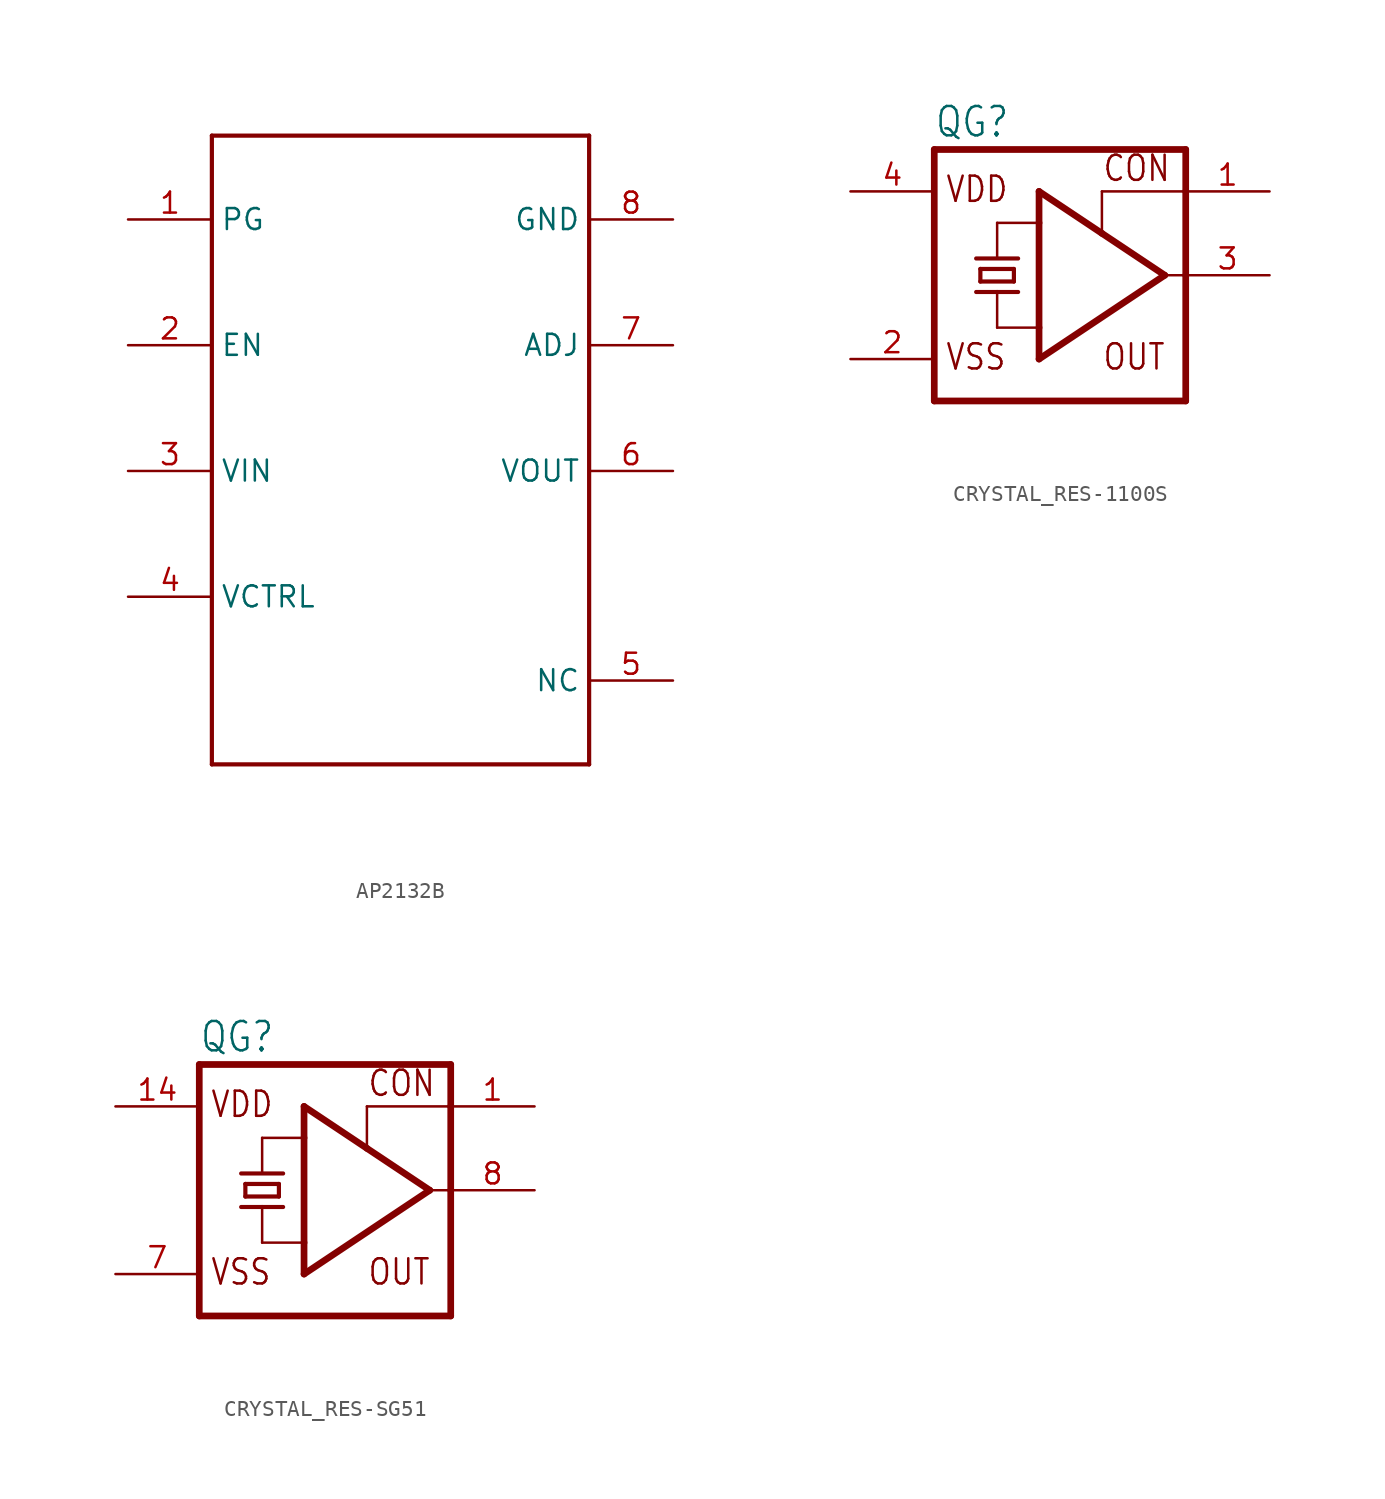
<source format=kicad_sym>
(kicad_symbol_lib
  (version 20231120)
  (generator "kicad_symbol_editor")
  (generator_version "8.0")
  (symbol "AP2132B"
    (property "Reference" ""
      (at -5.08 17.78 0)
      (effects (font (size 1.778 1.511)) (justify left bottom) (hide yes)))
    (property "Value" ""
      (at -5.08 -22.86 0)
      (effects (font (size 1.778 1.511)) (justify left bottom)))
    (property "ki_locked" ""
      (at 0 0 0)
      (effects (font (size 1.27 1.27))))
    (symbol "AP2132B_1_0"
      (polyline (pts (xy -10.16 -20.32) (xy -10.16 17.78)) (stroke (width 0.254) (type solid)) (fill (type none)))
      (polyline (pts (xy -10.16 17.78) (xy 12.7 17.78)) (stroke (width 0.254) (type solid)) (fill (type none)))
      (polyline (pts (xy 12.7 -20.32) (xy -10.16 -20.32)) (stroke (width 0.254) (type solid)) (fill (type none)))
      (polyline (pts (xy 12.7 17.78) (xy 12.7 -20.32)) (stroke (width 0.254) (type solid)) (fill (type none)))
      (pin bidirectional line (at -15.24 12.7 0) (length 5.08) (name "PG" (effects (font (size 1.27 1.27)))) (number "1" (effects (font (size 1.27 1.27)))))
      (pin bidirectional line (at -15.24 5.08 0) (length 5.08) (name "EN" (effects (font (size 1.27 1.27)))) (number "2" (effects (font (size 1.27 1.27)))))
      (pin bidirectional line (at -15.24 -2.54 0) (length 5.08) (name "VIN" (effects (font (size 1.27 1.27)))) (number "3" (effects (font (size 1.27 1.27)))))
      (pin bidirectional line (at -15.24 -10.16 0) (length 5.08) (name "VCTRL" (effects (font (size 1.27 1.27)))) (number "4" (effects (font (size 1.27 1.27)))))
      (pin bidirectional line (at 17.78 -15.24 180) (length 5.08) (name "NC" (effects (font (size 1.27 1.27)))) (number "5" (effects (font (size 1.27 1.27)))))
      (pin bidirectional line (at 17.78 -2.54 180) (length 5.08) (name "VOUT" (effects (font (size 1.27 1.27)))) (number "6" (effects (font (size 1.27 1.27)))))
      (pin bidirectional line (at 17.78 5.08 180) (length 5.08) (name "ADJ" (effects (font (size 1.27 1.27)))) (number "7" (effects (font (size 1.27 1.27)))))
      (pin bidirectional line (at 17.78 12.7 180) (length 5.08) (name "GND" (effects (font (size 1.27 1.27)))) (number "8" (effects (font (size 1.27 1.27)))))))
  (symbol "CRYSTAL_RES-1100S"
    (property "Reference" "QG"
      (at -7.62 8.255 0)
      (effects (font (size 1.778 1.511)) (justify left bottom)))
    (property "Value" ""
      (at -7.62 -10.16 0)
      (effects (font (size 1.778 1.511)) (justify left bottom)))
    (property "ki_locked" ""
      (at 0 0 0)
      (effects (font (size 1.27 1.27))))
    (symbol "CRYSTAL_RES-1100S_1_0"
      (polyline (pts (xy -7.62 7.62) (xy -7.62 -7.62)) (stroke (width 0.406) (type solid)) (fill (type none)))
      (polyline (pts (xy -7.62 7.62) (xy 7.62 7.62)) (stroke (width 0.406) (type solid)) (fill (type none)))
      (polyline (pts (xy -5.08 -1.016) (xy -3.81 -1.016)) (stroke (width 0.254) (type solid)) (fill (type none)))
      (polyline (pts (xy -5.08 1.016) (xy -2.54 1.016)) (stroke (width 0.254) (type solid)) (fill (type none)))
      (polyline (pts (xy -4.826 -0.381) (xy -4.826 0.381)) (stroke (width 0.254) (type solid)) (fill (type none)))
      (polyline (pts (xy -4.826 -0.381) (xy -2.794 -0.381)) (stroke (width 0.254) (type solid)) (fill (type none)))
      (polyline (pts (xy -4.826 0.381) (xy -2.794 0.381)) (stroke (width 0.254) (type solid)) (fill (type none)))
      (polyline (pts (xy -3.81 -3.175) (xy -3.81 -1.016)) (stroke (width 0.152) (type solid)) (fill (type none)))
      (polyline (pts (xy -3.81 -3.175) (xy -1.27 -3.175)) (stroke (width 0.152) (type solid)) (fill (type none)))
      (polyline (pts (xy -3.81 -1.016) (xy -2.54 -1.016)) (stroke (width 0.254) (type solid)) (fill (type none)))
      (polyline (pts (xy -3.81 1.016) (xy -3.81 3.175)) (stroke (width 0.152) (type solid)) (fill (type none)))
      (polyline (pts (xy -3.81 3.175) (xy -1.27 3.175)) (stroke (width 0.152) (type solid)) (fill (type none)))
      (polyline (pts (xy -2.794 0.381) (xy -2.794 -0.381)) (stroke (width 0.254) (type solid)) (fill (type none)))
      (polyline (pts (xy -1.27 -5.08) (xy -1.27 -3.175)) (stroke (width 0.406) (type solid)) (fill (type none)))
      (polyline (pts (xy -1.27 -3.175) (xy -1.27 3.175)) (stroke (width 0.406) (type solid)) (fill (type none)))
      (polyline (pts (xy -1.27 3.175) (xy -1.27 5.08)) (stroke (width 0.406) (type solid)) (fill (type none)))
      (polyline (pts (xy -1.27 5.08) (xy 2.54 2.54)) (stroke (width 0.406) (type solid)) (fill (type none)))
      (polyline (pts (xy 2.54 2.54) (xy 6.35 0)) (stroke (width 0.406) (type solid)) (fill (type none)))
      (polyline (pts (xy 2.54 5.08) (xy 2.54 2.54)) (stroke (width 0.152) (type solid)) (fill (type none)))
      (polyline (pts (xy 6.35 0) (xy -1.27 -5.08)) (stroke (width 0.406) (type solid)) (fill (type none)))
      (polyline (pts (xy 6.35 0) (xy 7.62 0)) (stroke (width 0.152) (type solid)) (fill (type none)))
      (polyline (pts (xy 7.62 -7.62) (xy -7.62 -7.62)) (stroke (width 0.406) (type solid)) (fill (type none)))
      (polyline (pts (xy 7.62 -7.62) (xy 7.62 0)) (stroke (width 0.406) (type solid)) (fill (type none)))
      (polyline (pts (xy 7.62 0) (xy 7.62 5.08)) (stroke (width 0.406) (type solid)) (fill (type none)))
      (polyline (pts (xy 7.62 5.08) (xy 2.54 5.08)) (stroke (width 0.152) (type solid)) (fill (type none)))
      (polyline (pts (xy 7.62 5.08) (xy 7.62 7.62)) (stroke (width 0.406) (type solid)) (fill (type none)))
      (text "CON" (at 2.54 5.588 0) (effects (font (size 1.524 1.295)) (justify left bottom)))
      (text "OUT" (at 2.54 -5.842 0) (effects (font (size 1.524 1.295)) (justify left bottom)))
      (text "VDD" (at -6.985 4.318 0) (effects (font (size 1.524 1.295)) (justify left bottom)))
      (text "VSS" (at -6.985 -5.842 0) (effects (font (size 1.524 1.295)) (justify left bottom)))
      (pin input line (at 12.7 5.08 180) (length 5.08) (name "CON" (effects (font (size 0 0)))) (number "1" (effects (font (size 1.27 1.27)))))
      (pin power_in line (at -12.7 -5.08 0) (length 5.08) (name "VSS" (effects (font (size 0 0)))) (number "2" (effects (font (size 1.27 1.27)))))
      (pin output line (at 12.7 0 180) (length 5.08) (name "OUT" (effects (font (size 0 0)))) (number "3" (effects (font (size 1.27 1.27)))))
      (pin power_in line (at -12.7 5.08 0) (length 5.08) (name "VDD" (effects (font (size 0 0)))) (number "4" (effects (font (size 1.27 1.27)))))))
  (symbol "CRYSTAL_RES-SG51"
    (property "Reference" "QG"
      (at -7.62 8.255 0)
      (effects (font (size 1.778 1.511)) (justify left bottom)))
    (property "Value" ""
      (at -7.62 -10.16 0)
      (effects (font (size 1.778 1.511)) (justify left bottom)))
    (property "ki_locked" ""
      (at 0 0 0)
      (effects (font (size 1.27 1.27))))
    (symbol "CRYSTAL_RES-SG51_1_0"
      (polyline (pts (xy -7.62 7.62) (xy -7.62 -7.62)) (stroke (width 0.406) (type solid)) (fill (type none)))
      (polyline (pts (xy -7.62 7.62) (xy 7.62 7.62)) (stroke (width 0.406) (type solid)) (fill (type none)))
      (polyline (pts (xy -5.08 -1.016) (xy -3.81 -1.016)) (stroke (width 0.254) (type solid)) (fill (type none)))
      (polyline (pts (xy -5.08 1.016) (xy -2.54 1.016)) (stroke (width 0.254) (type solid)) (fill (type none)))
      (polyline (pts (xy -4.826 -0.381) (xy -4.826 0.381)) (stroke (width 0.254) (type solid)) (fill (type none)))
      (polyline (pts (xy -4.826 -0.381) (xy -2.794 -0.381)) (stroke (width 0.254) (type solid)) (fill (type none)))
      (polyline (pts (xy -4.826 0.381) (xy -2.794 0.381)) (stroke (width 0.254) (type solid)) (fill (type none)))
      (polyline (pts (xy -3.81 -3.175) (xy -3.81 -1.016)) (stroke (width 0.152) (type solid)) (fill (type none)))
      (polyline (pts (xy -3.81 -3.175) (xy -1.27 -3.175)) (stroke (width 0.152) (type solid)) (fill (type none)))
      (polyline (pts (xy -3.81 -1.016) (xy -2.54 -1.016)) (stroke (width 0.254) (type solid)) (fill (type none)))
      (polyline (pts (xy -3.81 1.016) (xy -3.81 3.175)) (stroke (width 0.152) (type solid)) (fill (type none)))
      (polyline (pts (xy -3.81 3.175) (xy -1.27 3.175)) (stroke (width 0.152) (type solid)) (fill (type none)))
      (polyline (pts (xy -2.794 0.381) (xy -2.794 -0.381)) (stroke (width 0.254) (type solid)) (fill (type none)))
      (polyline (pts (xy -1.27 -5.08) (xy -1.27 -3.175)) (stroke (width 0.406) (type solid)) (fill (type none)))
      (polyline (pts (xy -1.27 -3.175) (xy -1.27 3.175)) (stroke (width 0.406) (type solid)) (fill (type none)))
      (polyline (pts (xy -1.27 3.175) (xy -1.27 5.08)) (stroke (width 0.406) (type solid)) (fill (type none)))
      (polyline (pts (xy -1.27 5.08) (xy 2.54 2.54)) (stroke (width 0.406) (type solid)) (fill (type none)))
      (polyline (pts (xy 2.54 2.54) (xy 6.35 0)) (stroke (width 0.406) (type solid)) (fill (type none)))
      (polyline (pts (xy 2.54 5.08) (xy 2.54 2.54)) (stroke (width 0.152) (type solid)) (fill (type none)))
      (polyline (pts (xy 6.35 0) (xy -1.27 -5.08)) (stroke (width 0.406) (type solid)) (fill (type none)))
      (polyline (pts (xy 6.35 0) (xy 7.62 0)) (stroke (width 0.152) (type solid)) (fill (type none)))
      (polyline (pts (xy 7.62 -7.62) (xy -7.62 -7.62)) (stroke (width 0.406) (type solid)) (fill (type none)))
      (polyline (pts (xy 7.62 -7.62) (xy 7.62 0)) (stroke (width 0.406) (type solid)) (fill (type none)))
      (polyline (pts (xy 7.62 0) (xy 7.62 5.08)) (stroke (width 0.406) (type solid)) (fill (type none)))
      (polyline (pts (xy 7.62 5.08) (xy 2.54 5.08)) (stroke (width 0.152) (type solid)) (fill (type none)))
      (polyline (pts (xy 7.62 5.08) (xy 7.62 7.62)) (stroke (width 0.406) (type solid)) (fill (type none)))
      (text "CON" (at 2.54 5.588 0) (effects (font (size 1.524 1.295)) (justify left bottom)))
      (text "OUT" (at 2.54 -5.842 0) (effects (font (size 1.524 1.295)) (justify left bottom)))
      (text "VDD" (at -6.985 4.318 0) (effects (font (size 1.524 1.295)) (justify left bottom)))
      (text "VSS" (at -6.985 -5.842 0) (effects (font (size 1.524 1.295)) (justify left bottom)))
      (pin input line (at 12.7 5.08 180) (length 5.08) (name "CON" (effects (font (size 0 0)))) (number "1" (effects (font (size 1.27 1.27)))))
      (pin power_in line (at -12.7 5.08 0) (length 5.08) (name "VDD" (effects (font (size 0 0)))) (number "14" (effects (font (size 1.27 1.27)))))
      (pin power_in line (at -12.7 -5.08 0) (length 5.08) (name "VSS" (effects (font (size 0 0)))) (number "7" (effects (font (size 1.27 1.27)))))
      (pin output line (at 12.7 0 180) (length 5.08) (name "OUT" (effects (font (size 0 0)))) (number "8" (effects (font (size 1.27 1.27))))))))
</source>
